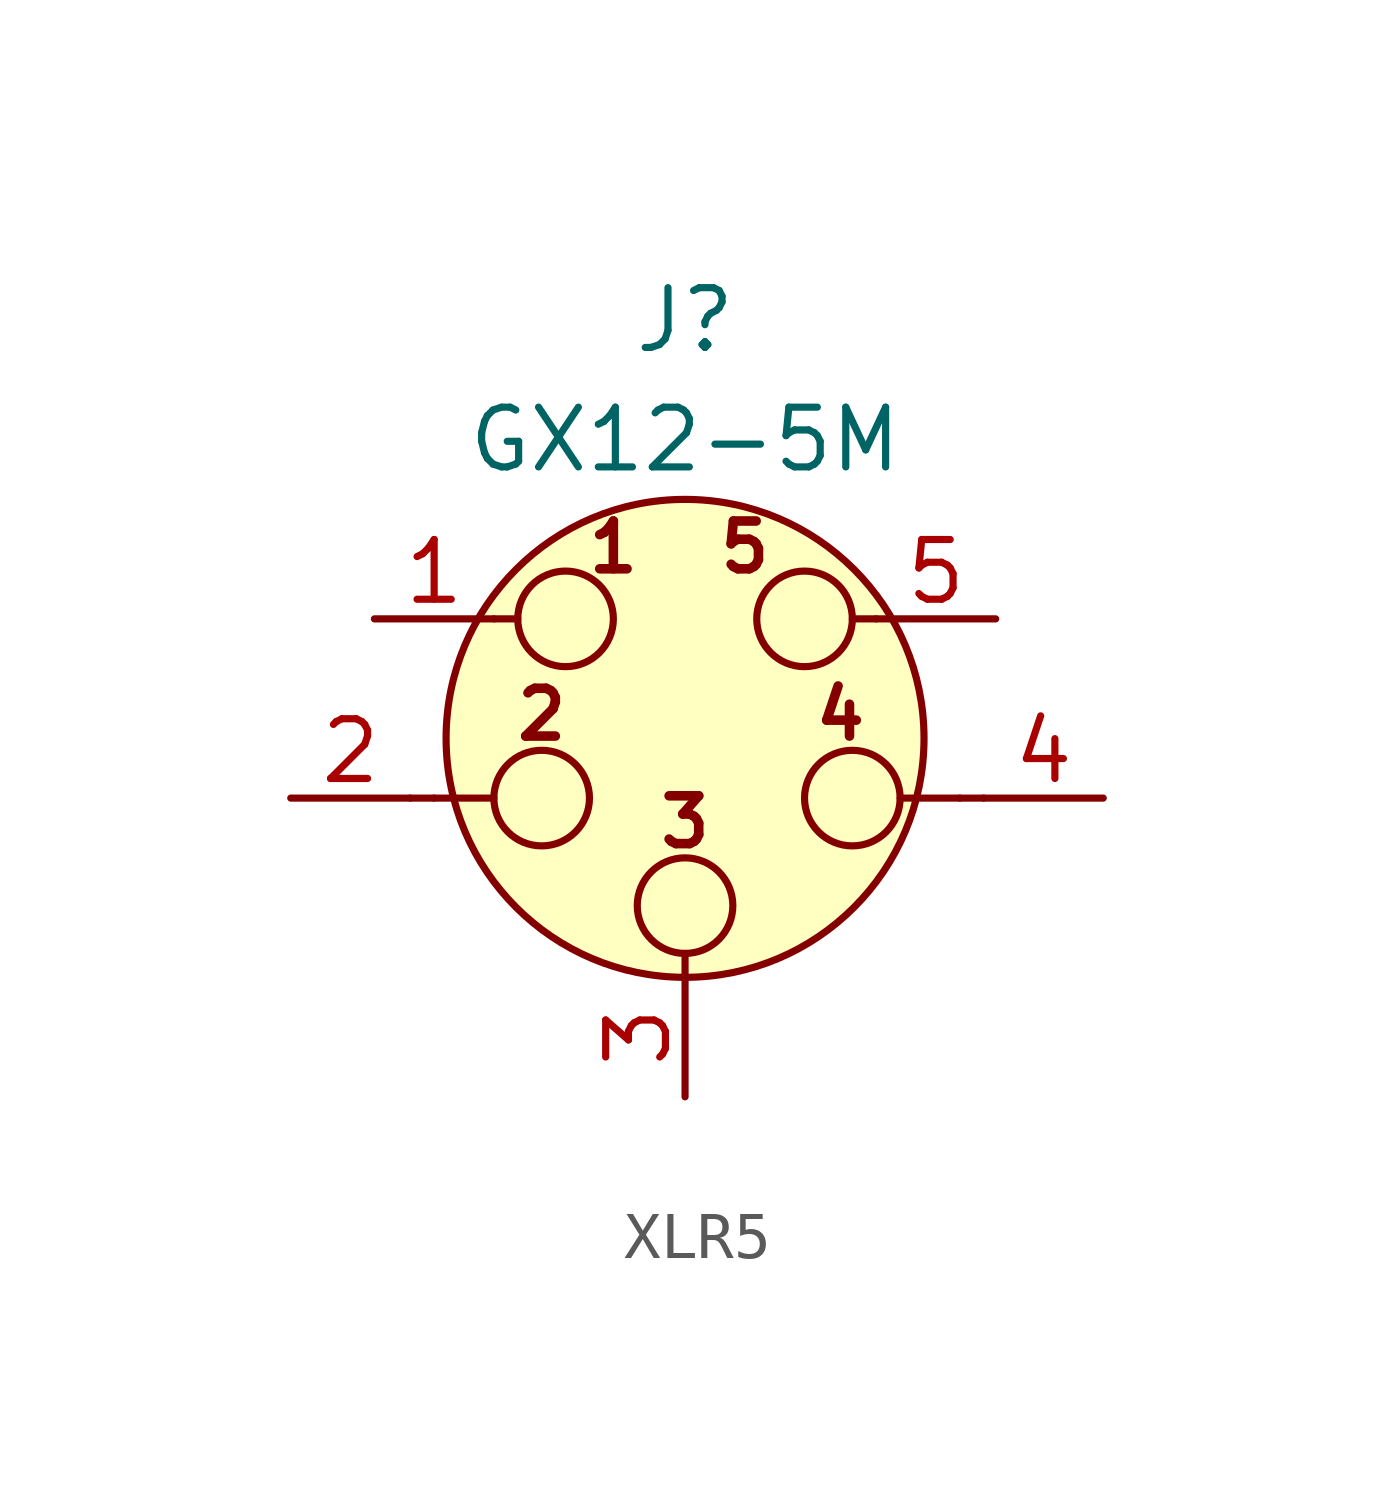
<source format=kicad_sym>
(kicad_symbol_lib
  (version 20231120)
  (generator "kicad_symbol_editor")
  (generator_version "8.0")
  (symbol "XLR5"
    (pin_names hide)
    (property "Reference" "J"
      (at 0 8.89 0)
      (effects (font (size 1.27 1.27))))
    (property "Value" "GX12-5M"
      (at 0 6.35 0)
      (effects (font (size 1.27 1.27))))
    (symbol "XLR5_0_1"
      (circle (center -3.048 -1.27) (radius 1.016) (stroke (width 0) (type default)) (fill (type none)))
      (circle (center -2.54 2.54) (radius 1.016) (stroke (width 0) (type default)) (fill (type none)))
      (circle (center 0 -3.556) (radius 1.016) (stroke (width 0) (type default)) (fill (type none)))
      (polyline (pts (xy -5.842 -1.27) (xy -5.334 -1.27)) (stroke (width 0) (type default)) (fill (type none)))
      (polyline (pts (xy -5.334 -1.27) (xy -4.064 -1.27)) (stroke (width 0) (type default)) (fill (type none)))
      (polyline (pts (xy -4.064 2.54) (xy -3.556 2.54)) (stroke (width 0) (type default)) (fill (type none)))
      (polyline (pts (xy 0 -5.08) (xy 0 -4.572)) (stroke (width 0) (type default)) (fill (type none)))
      (polyline (pts (xy 4.064 2.54) (xy 3.556 2.54)) (stroke (width 0) (type default)) (fill (type none)))
      (polyline (pts (xy 5.842 -1.27) (xy 4.572 -1.27)) (stroke (width 0) (type default)) (fill (type none)))
      (polyline (pts (xy 6.35 -1.27) (xy 5.842 -1.27)) (stroke (width 0) (type default)) (fill (type none)))
      (circle (center 0 0) (radius 5.08) (stroke (width 0) (type default)) (fill (type background)))
      (circle (center 2.54 2.54) (radius 1.016) (stroke (width 0) (type default)) (fill (type none)))
      (circle (center 3.556 -1.27) (radius 1.016) (stroke (width 0) (type default)) (fill (type none)))
      (text "1" (at -1.524 4.064 0) (effects (font (size 1.016 1.016) (bold yes))))
      (text "2" (at -3.048 0.508 0) (effects (font (size 1.016 1.016) (bold yes))))
      (text "3" (at 0 -1.778 0) (effects (font (size 1.016 1.016) (bold yes))))
      (text "4" (at 3.302 0.508 0) (effects (font (size 1.016 1.016) (bold yes))))
      (text "5" (at 1.27 4.064 0) (effects (font (size 1.016 1.016) (bold yes)))))
    (symbol "XLR5_1_1"
      (pin passive line (at -6.604 2.54 0) (length 2.54) (name "P1" (effects (font (size 1.27 1.27)))) (number "1" (effects (font (size 1.27 1.27)))))
      (pin passive line (at -8.382 -1.27 0) (length 2.54) (name "P2" (effects (font (size 1.27 1.27)))) (number "2" (effects (font (size 1.27 1.27)))))
      (pin passive line (at 0 -7.62 90) (length 2.54) (name "P3" (effects (font (size 1.27 1.27)))) (number "3" (effects (font (size 1.27 1.27)))))
      (pin passive line (at 8.89 -1.27 180) (length 2.54) (name "P3" (effects (font (size 1.27 1.27)))) (number "4" (effects (font (size 1.27 1.27)))))
      (pin passive line (at 6.604 2.54 180) (length 2.54) (name "P5" (effects (font (size 1.27 1.27)))) (number "5" (effects (font (size 1.27 1.27))))))))
</source>
